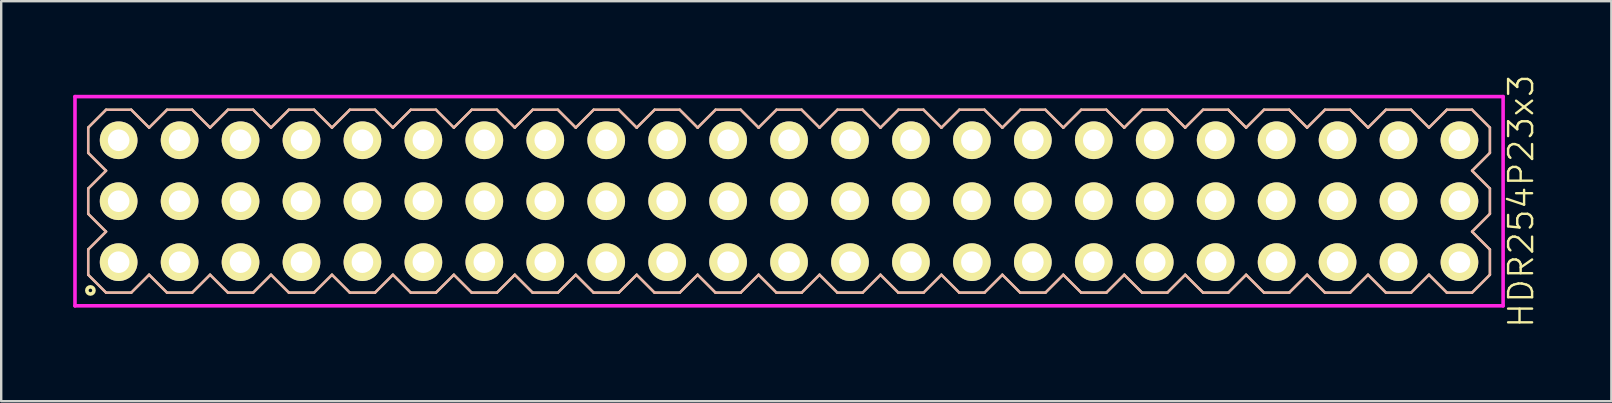
<source format=kicad_pcb>
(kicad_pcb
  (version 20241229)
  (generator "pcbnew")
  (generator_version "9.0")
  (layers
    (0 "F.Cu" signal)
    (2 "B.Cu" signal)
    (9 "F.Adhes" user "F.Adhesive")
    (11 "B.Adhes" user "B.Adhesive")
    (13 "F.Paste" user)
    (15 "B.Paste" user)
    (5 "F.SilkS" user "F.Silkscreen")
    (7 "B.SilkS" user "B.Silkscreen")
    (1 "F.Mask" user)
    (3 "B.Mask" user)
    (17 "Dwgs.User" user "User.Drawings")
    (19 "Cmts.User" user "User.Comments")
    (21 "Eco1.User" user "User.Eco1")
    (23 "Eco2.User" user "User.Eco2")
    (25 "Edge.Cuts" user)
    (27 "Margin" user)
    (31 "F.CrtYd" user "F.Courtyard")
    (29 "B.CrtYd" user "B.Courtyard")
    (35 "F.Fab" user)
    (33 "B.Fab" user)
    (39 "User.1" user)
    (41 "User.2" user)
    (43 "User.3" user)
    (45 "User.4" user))
  (footprint "HDR254P23x3"
    (layer "F.Cu")
    (at 29.835 5.336)
    (property "Reference" "HDR254P23x3" (at 30.51 0 90) (layer "F.SilkS") (effects (font (size 1 1) (thickness 0.1))))
    (attr through_hole)
    (fp_line (start -29.21 -3.066) (end -28.466 -3.81) (stroke (width 0.1) (type solid)) (layer "F.SilkS"))
    (fp_line (start -29.21 -2.014) (end -29.21 -3.066) (stroke (width 0.1) (type solid)) (layer "F.SilkS"))
    (fp_line (start -29.21 -0.526) (end -28.466 -1.27) (stroke (width 0.1) (type solid)) (layer "F.SilkS"))
    (fp_line (start -29.21 0.526) (end -29.21 -0.526) (stroke (width 0.1) (type solid)) (layer "F.SilkS"))
    (fp_line (start -29.21 2.014) (end -28.466 1.27) (stroke (width 0.1) (type solid)) (layer "F.SilkS"))
    (fp_line (start -29.21 3.066) (end -29.21 2.014) (stroke (width 0.1) (type solid)) (layer "F.SilkS"))
    (fp_line (start -28.466 -3.81) (end -27.414 -3.81) (stroke (width 0.1) (type solid)) (layer "F.SilkS"))
    (fp_line (start -28.466 -1.27) (end -29.21 -2.014) (stroke (width 0.1) (type solid)) (layer "F.SilkS"))
    (fp_line (start -28.466 1.27) (end -29.21 0.526) (stroke (width 0.1) (type solid)) (layer "F.SilkS"))
    (fp_line (start -28.466 3.81) (end -29.21 3.066) (stroke (width 0.1) (type solid)) (layer "F.SilkS"))
    (fp_line (start -27.414 -3.81) (end -26.67 -3.066) (stroke (width 0.1) (type solid)) (layer "F.SilkS"))
    (fp_line (start -27.414 3.81) (end -28.466 3.81) (stroke (width 0.1) (type solid)) (layer "F.SilkS"))
    (fp_line (start -26.67 -3.066) (end -25.926 -3.81) (stroke (width 0.1) (type solid)) (layer "F.SilkS"))
    (fp_line (start -26.67 3.066) (end -27.414 3.81) (stroke (width 0.1) (type solid)) (layer "F.SilkS"))
    (fp_line (start -25.926 -3.81) (end -24.874 -3.81) (stroke (width 0.1) (type solid)) (layer "F.SilkS"))
    (fp_line (start -25.926 3.81) (end -26.67 3.066) (stroke (width 0.1) (type solid)) (layer "F.SilkS"))
    (fp_line (start -24.874 -3.81) (end -24.13 -3.066) (stroke (width 0.1) (type solid)) (layer "F.SilkS"))
    (fp_line (start -24.874 3.81) (end -25.926 3.81) (stroke (width 0.1) (type solid)) (layer "F.SilkS"))
    (fp_line (start -24.13 -3.066) (end -23.386 -3.81) (stroke (width 0.1) (type solid)) (layer "F.SilkS"))
    (fp_line (start -24.13 3.066) (end -24.874 3.81) (stroke (width 0.1) (type solid)) (layer "F.SilkS"))
    (fp_line (start -23.386 -3.81) (end -22.334 -3.81) (stroke (width 0.1) (type solid)) (layer "F.SilkS"))
    (fp_line (start -23.386 3.81) (end -24.13 3.066) (stroke (width 0.1) (type solid)) (layer "F.SilkS"))
    (fp_line (start -22.334 -3.81) (end -21.59 -3.066) (stroke (width 0.1) (type solid)) (layer "F.SilkS"))
    (fp_line (start -22.334 3.81) (end -23.386 3.81) (stroke (width 0.1) (type solid)) (layer "F.SilkS"))
    (fp_line (start -21.59 -3.066) (end -20.846 -3.81) (stroke (width 0.1) (type solid)) (layer "F.SilkS"))
    (fp_line (start -21.59 3.066) (end -22.334 3.81) (stroke (width 0.1) (type solid)) (layer "F.SilkS"))
    (fp_line (start -20.846 -3.81) (end -19.794 -3.81) (stroke (width 0.1) (type solid)) (layer "F.SilkS"))
    (fp_line (start -20.846 3.81) (end -21.59 3.066) (stroke (width 0.1) (type solid)) (layer "F.SilkS"))
    (fp_line (start -19.794 -3.81) (end -19.05 -3.066) (stroke (width 0.1) (type solid)) (layer "F.SilkS"))
    (fp_line (start -19.794 3.81) (end -20.846 3.81) (stroke (width 0.1) (type solid)) (layer "F.SilkS"))
    (fp_line (start -19.05 -3.066) (end -18.306 -3.81) (stroke (width 0.1) (type solid)) (layer "F.SilkS"))
    (fp_line (start -19.05 3.066) (end -19.794 3.81) (stroke (width 0.1) (type solid)) (layer "F.SilkS"))
    (fp_line (start -18.306 -3.81) (end -17.254 -3.81) (stroke (width 0.1) (type solid)) (layer "F.SilkS"))
    (fp_line (start -18.306 3.81) (end -19.05 3.066) (stroke (width 0.1) (type solid)) (layer "F.SilkS"))
    (fp_line (start -17.254 -3.81) (end -16.51 -3.066) (stroke (width 0.1) (type solid)) (layer "F.SilkS"))
    (fp_line (start -17.254 3.81) (end -18.306 3.81) (stroke (width 0.1) (type solid)) (layer "F.SilkS"))
    (fp_line (start -16.51 -3.066) (end -15.766 -3.81) (stroke (width 0.1) (type solid)) (layer "F.SilkS"))
    (fp_line (start -16.51 3.066) (end -17.254 3.81) (stroke (width 0.1) (type solid)) (layer "F.SilkS"))
    (fp_line (start -15.766 -3.81) (end -14.714 -3.81) (stroke (width 0.1) (type solid)) (layer "F.SilkS"))
    (fp_line (start -15.766 3.81) (end -16.51 3.066) (stroke (width 0.1) (type solid)) (layer "F.SilkS"))
    (fp_line (start -14.714 -3.81) (end -13.97 -3.066) (stroke (width 0.1) (type solid)) (layer "F.SilkS"))
    (fp_line (start -14.714 3.81) (end -15.766 3.81) (stroke (width 0.1) (type solid)) (layer "F.SilkS"))
    (fp_line (start -13.97 -3.066) (end -13.226 -3.81) (stroke (width 0.1) (type solid)) (layer "F.SilkS"))
    (fp_line (start -13.97 3.066) (end -14.714 3.81) (stroke (width 0.1) (type solid)) (layer "F.SilkS"))
    (fp_line (start -13.226 -3.81) (end -12.174 -3.81) (stroke (width 0.1) (type solid)) (layer "F.SilkS"))
    (fp_line (start -13.226 3.81) (end -13.97 3.066) (stroke (width 0.1) (type solid)) (layer "F.SilkS"))
    (fp_line (start -12.174 -3.81) (end -11.43 -3.066) (stroke (width 0.1) (type solid)) (layer "F.SilkS"))
    (fp_line (start -12.174 3.81) (end -13.226 3.81) (stroke (width 0.1) (type solid)) (layer "F.SilkS"))
    (fp_line (start -11.43 -3.066) (end -10.686 -3.81) (stroke (width 0.1) (type solid)) (layer "F.SilkS"))
    (fp_line (start -11.43 3.066) (end -12.174 3.81) (stroke (width 0.1) (type solid)) (layer "F.SilkS"))
    (fp_line (start -10.686 -3.81) (end -9.634 -3.81) (stroke (width 0.1) (type solid)) (layer "F.SilkS"))
    (fp_line (start -10.686 3.81) (end -11.43 3.066) (stroke (width 0.1) (type solid)) (layer "F.SilkS"))
    (fp_line (start -9.634 -3.81) (end -8.89 -3.066) (stroke (width 0.1) (type solid)) (layer "F.SilkS"))
    (fp_line (start -9.634 3.81) (end -10.686 3.81) (stroke (width 0.1) (type solid)) (layer "F.SilkS"))
    (fp_line (start -8.89 -3.066) (end -8.146 -3.81) (stroke (width 0.1) (type solid)) (layer "F.SilkS"))
    (fp_line (start -8.89 3.066) (end -9.634 3.81) (stroke (width 0.1) (type solid)) (layer "F.SilkS"))
    (fp_line (start -8.146 -3.81) (end -7.094 -3.81) (stroke (width 0.1) (type solid)) (layer "F.SilkS"))
    (fp_line (start -8.146 3.81) (end -8.89 3.066) (stroke (width 0.1) (type solid)) (layer "F.SilkS"))
    (fp_line (start -7.094 -3.81) (end -6.35 -3.066) (stroke (width 0.1) (type solid)) (layer "F.SilkS"))
    (fp_line (start -7.094 3.81) (end -8.146 3.81) (stroke (width 0.1) (type solid)) (layer "F.SilkS"))
    (fp_line (start -6.35 -3.066) (end -5.606 -3.81) (stroke (width 0.1) (type solid)) (layer "F.SilkS"))
    (fp_line (start -6.35 3.066) (end -7.094 3.81) (stroke (width 0.1) (type solid)) (layer "F.SilkS"))
    (fp_line (start -5.606 -3.81) (end -4.554 -3.81) (stroke (width 0.1) (type solid)) (layer "F.SilkS"))
    (fp_line (start -5.606 3.81) (end -6.35 3.066) (stroke (width 0.1) (type solid)) (layer "F.SilkS"))
    (fp_line (start -4.554 -3.81) (end -3.81 -3.066) (stroke (width 0.1) (type solid)) (layer "F.SilkS"))
    (fp_line (start -4.554 3.81) (end -5.606 3.81) (stroke (width 0.1) (type solid)) (layer "F.SilkS"))
    (fp_line (start -3.81 -3.066) (end -3.066 -3.81) (stroke (width 0.1) (type solid)) (layer "F.SilkS"))
    (fp_line (start -3.81 3.066) (end -4.554 3.81) (stroke (width 0.1) (type solid)) (layer "F.SilkS"))
    (fp_line (start -3.066 -3.81) (end -2.014 -3.81) (stroke (width 0.1) (type solid)) (layer "F.SilkS"))
    (fp_line (start -3.066 3.81) (end -3.81 3.066) (stroke (width 0.1) (type solid)) (layer "F.SilkS"))
    (fp_line (start -2.014 -3.81) (end -1.27 -3.066) (stroke (width 0.1) (type solid)) (layer "F.SilkS"))
    (fp_line (start -2.014 3.81) (end -3.066 3.81) (stroke (width 0.1) (type solid)) (layer "F.SilkS"))
    (fp_line (start -1.27 -3.066) (end -0.526 -3.81) (stroke (width 0.1) (type solid)) (layer "F.SilkS"))
    (fp_line (start -1.27 3.066) (end -2.014 3.81) (stroke (width 0.1) (type solid)) (layer "F.SilkS"))
    (fp_line (start -0.526 -3.81) (end 0.526 -3.81) (stroke (width 0.1) (type solid)) (layer "F.SilkS"))
    (fp_line (start -0.526 3.81) (end -1.27 3.066) (stroke (width 0.1) (type solid)) (layer "F.SilkS"))
    (fp_line (start 0.526 -3.81) (end 1.27 -3.066) (stroke (width 0.1) (type solid)) (layer "F.SilkS"))
    (fp_line (start 0.526 3.81) (end -0.526 3.81) (stroke (width 0.1) (type solid)) (layer "F.SilkS"))
    (fp_line (start 1.27 -3.066) (end 2.014 -3.81) (stroke (width 0.1) (type solid)) (layer "F.SilkS"))
    (fp_line (start 1.27 3.066) (end 0.526 3.81) (stroke (width 0.1) (type solid)) (layer "F.SilkS"))
    (fp_line (start 2.014 -3.81) (end 3.066 -3.81) (stroke (width 0.1) (type solid)) (layer "F.SilkS"))
    (fp_line (start 2.014 3.81) (end 1.27 3.066) (stroke (width 0.1) (type solid)) (layer "F.SilkS"))
    (fp_line (start 3.066 -3.81) (end 3.81 -3.066) (stroke (width 0.1) (type solid)) (layer "F.SilkS"))
    (fp_line (start 3.066 3.81) (end 2.014 3.81) (stroke (width 0.1) (type solid)) (layer "F.SilkS"))
    (fp_line (start 3.81 -3.066) (end 4.554 -3.81) (stroke (width 0.1) (type solid)) (layer "F.SilkS"))
    (fp_line (start 3.81 3.066) (end 3.066 3.81) (stroke (width 0.1) (type solid)) (layer "F.SilkS"))
    (fp_line (start 4.554 -3.81) (end 5.606 -3.81) (stroke (width 0.1) (type solid)) (layer "F.SilkS"))
    (fp_line (start 4.554 3.81) (end 3.81 3.066) (stroke (width 0.1) (type solid)) (layer "F.SilkS"))
    (fp_line (start 5.606 -3.81) (end 6.35 -3.066) (stroke (width 0.1) (type solid)) (layer "F.SilkS"))
    (fp_line (start 5.606 3.81) (end 4.554 3.81) (stroke (width 0.1) (type solid)) (layer "F.SilkS"))
    (fp_line (start 6.35 -3.066) (end 7.094 -3.81) (stroke (width 0.1) (type solid)) (layer "F.SilkS"))
    (fp_line (start 6.35 3.066) (end 5.606 3.81) (stroke (width 0.1) (type solid)) (layer "F.SilkS"))
    (fp_line (start 7.094 -3.81) (end 8.146 -3.81) (stroke (width 0.1) (type solid)) (layer "F.SilkS"))
    (fp_line (start 7.094 3.81) (end 6.35 3.066) (stroke (width 0.1) (type solid)) (layer "F.SilkS"))
    (fp_line (start 8.146 -3.81) (end 8.89 -3.066) (stroke (width 0.1) (type solid)) (layer "F.SilkS"))
    (fp_line (start 8.146 3.81) (end 7.094 3.81) (stroke (width 0.1) (type solid)) (layer "F.SilkS"))
    (fp_line (start 8.89 -3.066) (end 9.634 -3.81) (stroke (width 0.1) (type solid)) (layer "F.SilkS"))
    (fp_line (start 8.89 3.066) (end 8.146 3.81) (stroke (width 0.1) (type solid)) (layer "F.SilkS"))
    (fp_line (start 9.634 -3.81) (end 10.686 -3.81) (stroke (width 0.1) (type solid)) (layer "F.SilkS"))
    (fp_line (start 9.634 3.81) (end 8.89 3.066) (stroke (width 0.1) (type solid)) (layer "F.SilkS"))
    (fp_line (start 10.686 -3.81) (end 11.43 -3.066) (stroke (width 0.1) (type solid)) (layer "F.SilkS"))
    (fp_line (start 10.686 3.81) (end 9.634 3.81) (stroke (width 0.1) (type solid)) (layer "F.SilkS"))
    (fp_line (start 11.43 -3.066) (end 12.174 -3.81) (stroke (width 0.1) (type solid)) (layer "F.SilkS"))
    (fp_line (start 11.43 3.066) (end 10.686 3.81) (stroke (width 0.1) (type solid)) (layer "F.SilkS"))
    (fp_line (start 12.174 -3.81) (end 13.226 -3.81) (stroke (width 0.1) (type solid)) (layer "F.SilkS"))
    (fp_line (start 12.174 3.81) (end 11.43 3.066) (stroke (width 0.1) (type solid)) (layer "F.SilkS"))
    (fp_line (start 13.226 -3.81) (end 13.97 -3.066) (stroke (width 0.1) (type solid)) (layer "F.SilkS"))
    (fp_line (start 13.226 3.81) (end 12.174 3.81) (stroke (width 0.1) (type solid)) (layer "F.SilkS"))
    (fp_line (start 13.97 -3.066) (end 14.714 -3.81) (stroke (width 0.1) (type solid)) (layer "F.SilkS"))
    (fp_line (start 13.97 3.066) (end 13.226 3.81) (stroke (width 0.1) (type solid)) (layer "F.SilkS"))
    (fp_line (start 14.714 -3.81) (end 15.766 -3.81) (stroke (width 0.1) (type solid)) (layer "F.SilkS"))
    (fp_line (start 14.714 3.81) (end 13.97 3.066) (stroke (width 0.1) (type solid)) (layer "F.SilkS"))
    (fp_line (start 15.766 -3.81) (end 16.51 -3.066) (stroke (width 0.1) (type solid)) (layer "F.SilkS"))
    (fp_line (start 15.766 3.81) (end 14.714 3.81) (stroke (width 0.1) (type solid)) (layer "F.SilkS"))
    (fp_line (start 16.51 -3.066) (end 17.254 -3.81) (stroke (width 0.1) (type solid)) (layer "F.SilkS"))
    (fp_line (start 16.51 3.066) (end 15.766 3.81) (stroke (width 0.1) (type solid)) (layer "F.SilkS"))
    (fp_line (start 17.254 -3.81) (end 18.306 -3.81) (stroke (width 0.1) (type solid)) (layer "F.SilkS"))
    (fp_line (start 17.254 3.81) (end 16.51 3.066) (stroke (width 0.1) (type solid)) (layer "F.SilkS"))
    (fp_line (start 18.306 -3.81) (end 19.05 -3.066) (stroke (width 0.1) (type solid)) (layer "F.SilkS"))
    (fp_line (start 18.306 3.81) (end 17.254 3.81) (stroke (width 0.1) (type solid)) (layer "F.SilkS"))
    (fp_line (start 19.05 -3.066) (end 19.794 -3.81) (stroke (width 0.1) (type solid)) (layer "F.SilkS"))
    (fp_line (start 19.05 3.066) (end 18.306 3.81) (stroke (width 0.1) (type solid)) (layer "F.SilkS"))
    (fp_line (start 19.794 -3.81) (end 20.846 -3.81) (stroke (width 0.1) (type solid)) (layer "F.SilkS"))
    (fp_line (start 19.794 3.81) (end 19.05 3.066) (stroke (width 0.1) (type solid)) (layer "F.SilkS"))
    (fp_line (start 20.846 -3.81) (end 21.59 -3.066) (stroke (width 0.1) (type solid)) (layer "F.SilkS"))
    (fp_line (start 20.846 3.81) (end 19.794 3.81) (stroke (width 0.1) (type solid)) (layer "F.SilkS"))
    (fp_line (start 21.59 -3.066) (end 22.334 -3.81) (stroke (width 0.1) (type solid)) (layer "F.SilkS"))
    (fp_line (start 21.59 3.066) (end 20.846 3.81) (stroke (width 0.1) (type solid)) (layer "F.SilkS"))
    (fp_line (start 22.334 -3.81) (end 23.386 -3.81) (stroke (width 0.1) (type solid)) (layer "F.SilkS"))
    (fp_line (start 22.334 3.81) (end 21.59 3.066) (stroke (width 0.1) (type solid)) (layer "F.SilkS"))
    (fp_line (start 23.386 -3.81) (end 24.13 -3.066) (stroke (width 0.1) (type solid)) (layer "F.SilkS"))
    (fp_line (start 23.386 3.81) (end 22.334 3.81) (stroke (width 0.1) (type solid)) (layer "F.SilkS"))
    (fp_line (start 24.13 -3.066) (end 24.874 -3.81) (stroke (width 0.1) (type solid)) (layer "F.SilkS"))
    (fp_line (start 24.13 3.066) (end 23.386 3.81) (stroke (width 0.1) (type solid)) (layer "F.SilkS"))
    (fp_line (start 24.874 -3.81) (end 25.926 -3.81) (stroke (width 0.1) (type solid)) (layer "F.SilkS"))
    (fp_line (start 24.874 3.81) (end 24.13 3.066) (stroke (width 0.1) (type solid)) (layer "F.SilkS"))
    (fp_line (start 25.926 -3.81) (end 26.67 -3.066) (stroke (width 0.1) (type solid)) (layer "F.SilkS"))
    (fp_line (start 25.926 3.81) (end 24.874 3.81) (stroke (width 0.1) (type solid)) (layer "F.SilkS"))
    (fp_line (start 26.67 -3.066) (end 27.414 -3.81) (stroke (width 0.1) (type solid)) (layer "F.SilkS"))
    (fp_line (start 26.67 3.066) (end 25.926 3.81) (stroke (width 0.1) (type solid)) (layer "F.SilkS"))
    (fp_line (start 27.414 -3.81) (end 28.466 -3.81) (stroke (width 0.1) (type solid)) (layer "F.SilkS"))
    (fp_line (start 27.414 3.81) (end 26.67 3.066) (stroke (width 0.1) (type solid)) (layer "F.SilkS"))
    (fp_line (start 28.466 -3.81) (end 29.21 -3.066) (stroke (width 0.1) (type solid)) (layer "F.SilkS"))
    (fp_line (start 28.466 -1.27) (end 29.21 -0.526) (stroke (width 0.1) (type solid)) (layer "F.SilkS"))
    (fp_line (start 28.466 1.27) (end 29.21 2.014) (stroke (width 0.1) (type solid)) (layer "F.SilkS"))
    (fp_line (start 28.466 3.81) (end 27.414 3.81) (stroke (width 0.1) (type solid)) (layer "F.SilkS"))
    (fp_line (start 29.21 -3.066) (end 29.21 -2.014) (stroke (width 0.1) (type solid)) (layer "F.SilkS"))
    (fp_line (start 29.21 -2.014) (end 28.466 -1.27) (stroke (width 0.1) (type solid)) (layer "F.SilkS"))
    (fp_line (start 29.21 -0.526) (end 29.21 0.526) (stroke (width 0.1) (type solid)) (layer "F.SilkS"))
    (fp_line (start 29.21 0.526) (end 28.466 1.27) (stroke (width 0.1) (type solid)) (layer "F.SilkS"))
    (fp_line (start 29.21 2.014) (end 29.21 3.066) (stroke (width 0.1) (type solid)) (layer "F.SilkS"))
    (fp_line (start 29.21 3.066) (end 28.466 3.81) (stroke (width 0.1) (type solid)) (layer "F.SilkS"))
    (fp_circle (center -29.117 3.718) (end -28.968 3.718) (stroke (width 0.15) (type solid)) (fill no) (layer "F.SilkS"))
    (fp_line (start -29.21 -3.066) (end -28.466 -3.81) (stroke (width 0.1) (type solid)) (layer "B.SilkS"))
    (fp_line (start -29.21 -2.014) (end -29.21 -3.066) (stroke (width 0.1) (type solid)) (layer "B.SilkS"))
    (fp_line (start -29.21 -0.526) (end -28.466 -1.27) (stroke (width 0.1) (type solid)) (layer "B.SilkS"))
    (fp_line (start -29.21 0.526) (end -29.21 -0.526) (stroke (width 0.1) (type solid)) (layer "B.SilkS"))
    (fp_line (start -29.21 2.014) (end -28.466 1.27) (stroke (width 0.1) (type solid)) (layer "B.SilkS"))
    (fp_line (start -29.21 3.066) (end -29.21 2.014) (stroke (width 0.1) (type solid)) (layer "B.SilkS"))
    (fp_line (start -28.466 -3.81) (end -27.414 -3.81) (stroke (width 0.1) (type solid)) (layer "B.SilkS"))
    (fp_line (start -28.466 -1.27) (end -29.21 -2.014) (stroke (width 0.1) (type solid)) (layer "B.SilkS"))
    (fp_line (start -28.466 1.27) (end -29.21 0.526) (stroke (width 0.1) (type solid)) (layer "B.SilkS"))
    (fp_line (start -28.466 3.81) (end -29.21 3.066) (stroke (width 0.1) (type solid)) (layer "B.SilkS"))
    (fp_line (start -27.414 -3.81) (end -26.67 -3.066) (stroke (width 0.1) (type solid)) (layer "B.SilkS"))
    (fp_line (start -27.414 3.81) (end -28.466 3.81) (stroke (width 0.1) (type solid)) (layer "B.SilkS"))
    (fp_line (start -26.67 -3.066) (end -25.926 -3.81) (stroke (width 0.1) (type solid)) (layer "B.SilkS"))
    (fp_line (start -26.67 3.066) (end -27.414 3.81) (stroke (width 0.1) (type solid)) (layer "B.SilkS"))
    (fp_line (start -25.926 -3.81) (end -24.874 -3.81) (stroke (width 0.1) (type solid)) (layer "B.SilkS"))
    (fp_line (start -25.926 3.81) (end -26.67 3.066) (stroke (width 0.1) (type solid)) (layer "B.SilkS"))
    (fp_line (start -24.874 -3.81) (end -24.13 -3.066) (stroke (width 0.1) (type solid)) (layer "B.SilkS"))
    (fp_line (start -24.874 3.81) (end -25.926 3.81) (stroke (width 0.1) (type solid)) (layer "B.SilkS"))
    (fp_line (start -24.13 -3.066) (end -23.386 -3.81) (stroke (width 0.1) (type solid)) (layer "B.SilkS"))
    (fp_line (start -24.13 3.066) (end -24.874 3.81) (stroke (width 0.1) (type solid)) (layer "B.SilkS"))
    (fp_line (start -23.386 -3.81) (end -22.334 -3.81) (stroke (width 0.1) (type solid)) (layer "B.SilkS"))
    (fp_line (start -23.386 3.81) (end -24.13 3.066) (stroke (width 0.1) (type solid)) (layer "B.SilkS"))
    (fp_line (start -22.334 -3.81) (end -21.59 -3.066) (stroke (width 0.1) (type solid)) (layer "B.SilkS"))
    (fp_line (start -22.334 3.81) (end -23.386 3.81) (stroke (width 0.1) (type solid)) (layer "B.SilkS"))
    (fp_line (start -21.59 -3.066) (end -20.846 -3.81) (stroke (width 0.1) (type solid)) (layer "B.SilkS"))
    (fp_line (start -21.59 3.066) (end -22.334 3.81) (stroke (width 0.1) (type solid)) (layer "B.SilkS"))
    (fp_line (start -20.846 -3.81) (end -19.794 -3.81) (stroke (width 0.1) (type solid)) (layer "B.SilkS"))
    (fp_line (start -20.846 3.81) (end -21.59 3.066) (stroke (width 0.1) (type solid)) (layer "B.SilkS"))
    (fp_line (start -19.794 -3.81) (end -19.05 -3.066) (stroke (width 0.1) (type solid)) (layer "B.SilkS"))
    (fp_line (start -19.794 3.81) (end -20.846 3.81) (stroke (width 0.1) (type solid)) (layer "B.SilkS"))
    (fp_line (start -19.05 -3.066) (end -18.306 -3.81) (stroke (width 0.1) (type solid)) (layer "B.SilkS"))
    (fp_line (start -19.05 3.066) (end -19.794 3.81) (stroke (width 0.1) (type solid)) (layer "B.SilkS"))
    (fp_line (start -18.306 -3.81) (end -17.254 -3.81) (stroke (width 0.1) (type solid)) (layer "B.SilkS"))
    (fp_line (start -18.306 3.81) (end -19.05 3.066) (stroke (width 0.1) (type solid)) (layer "B.SilkS"))
    (fp_line (start -17.254 -3.81) (end -16.51 -3.066) (stroke (width 0.1) (type solid)) (layer "B.SilkS"))
    (fp_line (start -17.254 3.81) (end -18.306 3.81) (stroke (width 0.1) (type solid)) (layer "B.SilkS"))
    (fp_line (start -16.51 -3.066) (end -15.766 -3.81) (stroke (width 0.1) (type solid)) (layer "B.SilkS"))
    (fp_line (start -16.51 3.066) (end -17.254 3.81) (stroke (width 0.1) (type solid)) (layer "B.SilkS"))
    (fp_line (start -15.766 -3.81) (end -14.714 -3.81) (stroke (width 0.1) (type solid)) (layer "B.SilkS"))
    (fp_line (start -15.766 3.81) (end -16.51 3.066) (stroke (width 0.1) (type solid)) (layer "B.SilkS"))
    (fp_line (start -14.714 -3.81) (end -13.97 -3.066) (stroke (width 0.1) (type solid)) (layer "B.SilkS"))
    (fp_line (start -14.714 3.81) (end -15.766 3.81) (stroke (width 0.1) (type solid)) (layer "B.SilkS"))
    (fp_line (start -13.97 -3.066) (end -13.226 -3.81) (stroke (width 0.1) (type solid)) (layer "B.SilkS"))
    (fp_line (start -13.97 3.066) (end -14.714 3.81) (stroke (width 0.1) (type solid)) (layer "B.SilkS"))
    (fp_line (start -13.226 -3.81) (end -12.174 -3.81) (stroke (width 0.1) (type solid)) (layer "B.SilkS"))
    (fp_line (start -13.226 3.81) (end -13.97 3.066) (stroke (width 0.1) (type solid)) (layer "B.SilkS"))
    (fp_line (start -12.174 -3.81) (end -11.43 -3.066) (stroke (width 0.1) (type solid)) (layer "B.SilkS"))
    (fp_line (start -12.174 3.81) (end -13.226 3.81) (stroke (width 0.1) (type solid)) (layer "B.SilkS"))
    (fp_line (start -11.43 -3.066) (end -10.686 -3.81) (stroke (width 0.1) (type solid)) (layer "B.SilkS"))
    (fp_line (start -11.43 3.066) (end -12.174 3.81) (stroke (width 0.1) (type solid)) (layer "B.SilkS"))
    (fp_line (start -10.686 -3.81) (end -9.634 -3.81) (stroke (width 0.1) (type solid)) (layer "B.SilkS"))
    (fp_line (start -10.686 3.81) (end -11.43 3.066) (stroke (width 0.1) (type solid)) (layer "B.SilkS"))
    (fp_line (start -9.634 -3.81) (end -8.89 -3.066) (stroke (width 0.1) (type solid)) (layer "B.SilkS"))
    (fp_line (start -9.634 3.81) (end -10.686 3.81) (stroke (width 0.1) (type solid)) (layer "B.SilkS"))
    (fp_line (start -8.89 -3.066) (end -8.146 -3.81) (stroke (width 0.1) (type solid)) (layer "B.SilkS"))
    (fp_line (start -8.89 3.066) (end -9.634 3.81) (stroke (width 0.1) (type solid)) (layer "B.SilkS"))
    (fp_line (start -8.146 -3.81) (end -7.094 -3.81) (stroke (width 0.1) (type solid)) (layer "B.SilkS"))
    (fp_line (start -8.146 3.81) (end -8.89 3.066) (stroke (width 0.1) (type solid)) (layer "B.SilkS"))
    (fp_line (start -7.094 -3.81) (end -6.35 -3.066) (stroke (width 0.1) (type solid)) (layer "B.SilkS"))
    (fp_line (start -7.094 3.81) (end -8.146 3.81) (stroke (width 0.1) (type solid)) (layer "B.SilkS"))
    (fp_line (start -6.35 -3.066) (end -5.606 -3.81) (stroke (width 0.1) (type solid)) (layer "B.SilkS"))
    (fp_line (start -6.35 3.066) (end -7.094 3.81) (stroke (width 0.1) (type solid)) (layer "B.SilkS"))
    (fp_line (start -5.606 -3.81) (end -4.554 -3.81) (stroke (width 0.1) (type solid)) (layer "B.SilkS"))
    (fp_line (start -5.606 3.81) (end -6.35 3.066) (stroke (width 0.1) (type solid)) (layer "B.SilkS"))
    (fp_line (start -4.554 -3.81) (end -3.81 -3.066) (stroke (width 0.1) (type solid)) (layer "B.SilkS"))
    (fp_line (start -4.554 3.81) (end -5.606 3.81) (stroke (width 0.1) (type solid)) (layer "B.SilkS"))
    (fp_line (start -3.81 -3.066) (end -3.066 -3.81) (stroke (width 0.1) (type solid)) (layer "B.SilkS"))
    (fp_line (start -3.81 3.066) (end -4.554 3.81) (stroke (width 0.1) (type solid)) (layer "B.SilkS"))
    (fp_line (start -3.066 -3.81) (end -2.014 -3.81) (stroke (width 0.1) (type solid)) (layer "B.SilkS"))
    (fp_line (start -3.066 3.81) (end -3.81 3.066) (stroke (width 0.1) (type solid)) (layer "B.SilkS"))
    (fp_line (start -2.014 -3.81) (end -1.27 -3.066) (stroke (width 0.1) (type solid)) (layer "B.SilkS"))
    (fp_line (start -2.014 3.81) (end -3.066 3.81) (stroke (width 0.1) (type solid)) (layer "B.SilkS"))
    (fp_line (start -1.27 -3.066) (end -0.526 -3.81) (stroke (width 0.1) (type solid)) (layer "B.SilkS"))
    (fp_line (start -1.27 3.066) (end -2.014 3.81) (stroke (width 0.1) (type solid)) (layer "B.SilkS"))
    (fp_line (start -0.526 -3.81) (end 0.526 -3.81) (stroke (width 0.1) (type solid)) (layer "B.SilkS"))
    (fp_line (start -0.526 3.81) (end -1.27 3.066) (stroke (width 0.1) (type solid)) (layer "B.SilkS"))
    (fp_line (start 0.526 -3.81) (end 1.27 -3.066) (stroke (width 0.1) (type solid)) (layer "B.SilkS"))
    (fp_line (start 0.526 3.81) (end -0.526 3.81) (stroke (width 0.1) (type solid)) (layer "B.SilkS"))
    (fp_line (start 1.27 -3.066) (end 2.014 -3.81) (stroke (width 0.1) (type solid)) (layer "B.SilkS"))
    (fp_line (start 1.27 3.066) (end 0.526 3.81) (stroke (width 0.1) (type solid)) (layer "B.SilkS"))
    (fp_line (start 2.014 -3.81) (end 3.066 -3.81) (stroke (width 0.1) (type solid)) (layer "B.SilkS"))
    (fp_line (start 2.014 3.81) (end 1.27 3.066) (stroke (width 0.1) (type solid)) (layer "B.SilkS"))
    (fp_line (start 3.066 -3.81) (end 3.81 -3.066) (stroke (width 0.1) (type solid)) (layer "B.SilkS"))
    (fp_line (start 3.066 3.81) (end 2.014 3.81) (stroke (width 0.1) (type solid)) (layer "B.SilkS"))
    (fp_line (start 3.81 -3.066) (end 4.554 -3.81) (stroke (width 0.1) (type solid)) (layer "B.SilkS"))
    (fp_line (start 3.81 3.066) (end 3.066 3.81) (stroke (width 0.1) (type solid)) (layer "B.SilkS"))
    (fp_line (start 4.554 -3.81) (end 5.606 -3.81) (stroke (width 0.1) (type solid)) (layer "B.SilkS"))
    (fp_line (start 4.554 3.81) (end 3.81 3.066) (stroke (width 0.1) (type solid)) (layer "B.SilkS"))
    (fp_line (start 5.606 -3.81) (end 6.35 -3.066) (stroke (width 0.1) (type solid)) (layer "B.SilkS"))
    (fp_line (start 5.606 3.81) (end 4.554 3.81) (stroke (width 0.1) (type solid)) (layer "B.SilkS"))
    (fp_line (start 6.35 -3.066) (end 7.094 -3.81) (stroke (width 0.1) (type solid)) (layer "B.SilkS"))
    (fp_line (start 6.35 3.066) (end 5.606 3.81) (stroke (width 0.1) (type solid)) (layer "B.SilkS"))
    (fp_line (start 7.094 -3.81) (end 8.146 -3.81) (stroke (width 0.1) (type solid)) (layer "B.SilkS"))
    (fp_line (start 7.094 3.81) (end 6.35 3.066) (stroke (width 0.1) (type solid)) (layer "B.SilkS"))
    (fp_line (start 8.146 -3.81) (end 8.89 -3.066) (stroke (width 0.1) (type solid)) (layer "B.SilkS"))
    (fp_line (start 8.146 3.81) (end 7.094 3.81) (stroke (width 0.1) (type solid)) (layer "B.SilkS"))
    (fp_line (start 8.89 -3.066) (end 9.634 -3.81) (stroke (width 0.1) (type solid)) (layer "B.SilkS"))
    (fp_line (start 8.89 3.066) (end 8.146 3.81) (stroke (width 0.1) (type solid)) (layer "B.SilkS"))
    (fp_line (start 9.634 -3.81) (end 10.686 -3.81) (stroke (width 0.1) (type solid)) (layer "B.SilkS"))
    (fp_line (start 9.634 3.81) (end 8.89 3.066) (stroke (width 0.1) (type solid)) (layer "B.SilkS"))
    (fp_line (start 10.686 -3.81) (end 11.43 -3.066) (stroke (width 0.1) (type solid)) (layer "B.SilkS"))
    (fp_line (start 10.686 3.81) (end 9.634 3.81) (stroke (width 0.1) (type solid)) (layer "B.SilkS"))
    (fp_line (start 11.43 -3.066) (end 12.174 -3.81) (stroke (width 0.1) (type solid)) (layer "B.SilkS"))
    (fp_line (start 11.43 3.066) (end 10.686 3.81) (stroke (width 0.1) (type solid)) (layer "B.SilkS"))
    (fp_line (start 12.174 -3.81) (end 13.226 -3.81) (stroke (width 0.1) (type solid)) (layer "B.SilkS"))
    (fp_line (start 12.174 3.81) (end 11.43 3.066) (stroke (width 0.1) (type solid)) (layer "B.SilkS"))
    (fp_line (start 13.226 -3.81) (end 13.97 -3.066) (stroke (width 0.1) (type solid)) (layer "B.SilkS"))
    (fp_line (start 13.226 3.81) (end 12.174 3.81) (stroke (width 0.1) (type solid)) (layer "B.SilkS"))
    (fp_line (start 13.97 -3.066) (end 14.714 -3.81) (stroke (width 0.1) (type solid)) (layer "B.SilkS"))
    (fp_line (start 13.97 3.066) (end 13.226 3.81) (stroke (width 0.1) (type solid)) (layer "B.SilkS"))
    (fp_line (start 14.714 -3.81) (end 15.766 -3.81) (stroke (width 0.1) (type solid)) (layer "B.SilkS"))
    (fp_line (start 14.714 3.81) (end 13.97 3.066) (stroke (width 0.1) (type solid)) (layer "B.SilkS"))
    (fp_line (start 15.766 -3.81) (end 16.51 -3.066) (stroke (width 0.1) (type solid)) (layer "B.SilkS"))
    (fp_line (start 15.766 3.81) (end 14.714 3.81) (stroke (width 0.1) (type solid)) (layer "B.SilkS"))
    (fp_line (start 16.51 -3.066) (end 17.254 -3.81) (stroke (width 0.1) (type solid)) (layer "B.SilkS"))
    (fp_line (start 16.51 3.066) (end 15.766 3.81) (stroke (width 0.1) (type solid)) (layer "B.SilkS"))
    (fp_line (start 17.254 -3.81) (end 18.306 -3.81) (stroke (width 0.1) (type solid)) (layer "B.SilkS"))
    (fp_line (start 17.254 3.81) (end 16.51 3.066) (stroke (width 0.1) (type solid)) (layer "B.SilkS"))
    (fp_line (start 18.306 -3.81) (end 19.05 -3.066) (stroke (width 0.1) (type solid)) (layer "B.SilkS"))
    (fp_line (start 18.306 3.81) (end 17.254 3.81) (stroke (width 0.1) (type solid)) (layer "B.SilkS"))
    (fp_line (start 19.05 -3.066) (end 19.794 -3.81) (stroke (width 0.1) (type solid)) (layer "B.SilkS"))
    (fp_line (start 19.05 3.066) (end 18.306 3.81) (stroke (width 0.1) (type solid)) (layer "B.SilkS"))
    (fp_line (start 19.794 -3.81) (end 20.846 -3.81) (stroke (width 0.1) (type solid)) (layer "B.SilkS"))
    (fp_line (start 19.794 3.81) (end 19.05 3.066) (stroke (width 0.1) (type solid)) (layer "B.SilkS"))
    (fp_line (start 20.846 -3.81) (end 21.59 -3.066) (stroke (width 0.1) (type solid)) (layer "B.SilkS"))
    (fp_line (start 20.846 3.81) (end 19.794 3.81) (stroke (width 0.1) (type solid)) (layer "B.SilkS"))
    (fp_line (start 21.59 -3.066) (end 22.334 -3.81) (stroke (width 0.1) (type solid)) (layer "B.SilkS"))
    (fp_line (start 21.59 3.066) (end 20.846 3.81) (stroke (width 0.1) (type solid)) (layer "B.SilkS"))
    (fp_line (start 22.334 -3.81) (end 23.386 -3.81) (stroke (width 0.1) (type solid)) (layer "B.SilkS"))
    (fp_line (start 22.334 3.81) (end 21.59 3.066) (stroke (width 0.1) (type solid)) (layer "B.SilkS"))
    (fp_line (start 23.386 -3.81) (end 24.13 -3.066) (stroke (width 0.1) (type solid)) (layer "B.SilkS"))
    (fp_line (start 23.386 3.81) (end 22.334 3.81) (stroke (width 0.1) (type solid)) (layer "B.SilkS"))
    (fp_line (start 24.13 -3.066) (end 24.874 -3.81) (stroke (width 0.1) (type solid)) (layer "B.SilkS"))
    (fp_line (start 24.13 3.066) (end 23.386 3.81) (stroke (width 0.1) (type solid)) (layer "B.SilkS"))
    (fp_line (start 24.874 -3.81) (end 25.926 -3.81) (stroke (width 0.1) (type solid)) (layer "B.SilkS"))
    (fp_line (start 24.874 3.81) (end 24.13 3.066) (stroke (width 0.1) (type solid)) (layer "B.SilkS"))
    (fp_line (start 25.926 -3.81) (end 26.67 -3.066) (stroke (width 0.1) (type solid)) (layer "B.SilkS"))
    (fp_line (start 25.926 3.81) (end 24.874 3.81) (stroke (width 0.1) (type solid)) (layer "B.SilkS"))
    (fp_line (start 26.67 -3.066) (end 27.414 -3.81) (stroke (width 0.1) (type solid)) (layer "B.SilkS"))
    (fp_line (start 26.67 3.066) (end 25.926 3.81) (stroke (width 0.1) (type solid)) (layer "B.SilkS"))
    (fp_line (start 27.414 -3.81) (end 28.466 -3.81) (stroke (width 0.1) (type solid)) (layer "B.SilkS"))
    (fp_line (start 27.414 3.81) (end 26.67 3.066) (stroke (width 0.1) (type solid)) (layer "B.SilkS"))
    (fp_line (start 28.466 -3.81) (end 29.21 -3.066) (stroke (width 0.1) (type solid)) (layer "B.SilkS"))
    (fp_line (start 28.466 -1.27) (end 29.21 -0.526) (stroke (width 0.1) (type solid)) (layer "B.SilkS"))
    (fp_line (start 28.466 1.27) (end 29.21 2.014) (stroke (width 0.1) (type solid)) (layer "B.SilkS"))
    (fp_line (start 28.466 3.81) (end 27.414 3.81) (stroke (width 0.1) (type solid)) (layer "B.SilkS"))
    (fp_line (start 29.21 -3.066) (end 29.21 -2.014) (stroke (width 0.1) (type solid)) (layer "B.SilkS"))
    (fp_line (start 29.21 -2.014) (end 28.466 -1.27) (stroke (width 0.1) (type solid)) (layer "B.SilkS"))
    (fp_line (start 29.21 -0.526) (end 29.21 0.526) (stroke (width 0.1) (type solid)) (layer "B.SilkS"))
    (fp_line (start 29.21 0.526) (end 28.466 1.27) (stroke (width 0.1) (type solid)) (layer "B.SilkS"))
    (fp_line (start 29.21 2.014) (end 29.21 3.066) (stroke (width 0.1) (type solid)) (layer "B.SilkS"))
    (fp_line (start 29.21 3.066) (end 28.466 3.81) (stroke (width 0.1) (type solid)) (layer "B.SilkS"))
    (fp_line (start -29.76 -4.36) (end -29.76 4.36) (stroke (width 0.15) (type solid)) (layer "F.CrtYd"))
    (fp_line (start -29.76 4.36) (end 29.76 4.36) (stroke (width 0.15) (type solid)) (layer "F.CrtYd"))
    (fp_line (start 29.76 -4.36) (end -29.76 -4.36) (stroke (width 0.15) (type solid)) (layer "F.CrtYd"))
    (fp_line (start 29.76 4.36) (end 29.76 -4.36) (stroke (width 0.15) (type solid)) (layer "F.CrtYd"))
    (pad "1" thru_hole oval (at -27.94 2.54) (size 1.57 1.57) (drill 0.9) (layers "*.Cu" "*.Mask" "F.SilkS"))
    (pad "2" thru_hole oval (at -27.94 0) (size 1.57 1.57) (drill 0.9) (layers "*.Cu" "*.Mask" "F.SilkS"))
    (pad "3" thru_hole oval (at -27.94 -2.54) (size 1.57 1.57) (drill 0.9) (layers "*.Cu" "*.Mask" "F.SilkS"))
    (pad "4" thru_hole oval (at -25.4 2.54) (size 1.57 1.57) (drill 0.9) (layers "*.Cu" "*.Mask" "F.SilkS"))
    (pad "5" thru_hole oval (at -25.4 0) (size 1.57 1.57) (drill 0.9) (layers "*.Cu" "*.Mask" "F.SilkS"))
    (pad "6" thru_hole oval (at -25.4 -2.54) (size 1.57 1.57) (drill 0.9) (layers "*.Cu" "*.Mask" "F.SilkS"))
    (pad "7" thru_hole oval (at -22.86 2.54) (size 1.57 1.57) (drill 0.9) (layers "*.Cu" "*.Mask" "F.SilkS"))
    (pad "8" thru_hole oval (at -22.86 0) (size 1.57 1.57) (drill 0.9) (layers "*.Cu" "*.Mask" "F.SilkS"))
    (pad "9" thru_hole oval (at -22.86 -2.54) (size 1.57 1.57) (drill 0.9) (layers "*.Cu" "*.Mask" "F.SilkS"))
    (pad "10" thru_hole oval (at -20.32 2.54) (size 1.57 1.57) (drill 0.9) (layers "*.Cu" "*.Mask" "F.SilkS"))
    (pad "11" thru_hole oval (at -20.32 0) (size 1.57 1.57) (drill 0.9) (layers "*.Cu" "*.Mask" "F.SilkS"))
    (pad "12" thru_hole oval (at -20.32 -2.54) (size 1.57 1.57) (drill 0.9) (layers "*.Cu" "*.Mask" "F.SilkS"))
    (pad "13" thru_hole oval (at -17.78 2.54) (size 1.57 1.57) (drill 0.9) (layers "*.Cu" "*.Mask" "F.SilkS"))
    (pad "14" thru_hole oval (at -17.78 0) (size 1.57 1.57) (drill 0.9) (layers "*.Cu" "*.Mask" "F.SilkS"))
    (pad "15" thru_hole oval (at -17.78 -2.54) (size 1.57 1.57) (drill 0.9) (layers "*.Cu" "*.Mask" "F.SilkS"))
    (pad "16" thru_hole oval (at -15.24 2.54) (size 1.57 1.57) (drill 0.9) (layers "*.Cu" "*.Mask" "F.SilkS"))
    (pad "17" thru_hole oval (at -15.24 0) (size 1.57 1.57) (drill 0.9) (layers "*.Cu" "*.Mask" "F.SilkS"))
    (pad "18" thru_hole oval (at -15.24 -2.54) (size 1.57 1.57) (drill 0.9) (layers "*.Cu" "*.Mask" "F.SilkS"))
    (pad "19" thru_hole oval (at -12.7 2.54) (size 1.57 1.57) (drill 0.9) (layers "*.Cu" "*.Mask" "F.SilkS"))
    (pad "20" thru_hole oval (at -12.7 0) (size 1.57 1.57) (drill 0.9) (layers "*.Cu" "*.Mask" "F.SilkS"))
    (pad "21" thru_hole oval (at -12.7 -2.54) (size 1.57 1.57) (drill 0.9) (layers "*.Cu" "*.Mask" "F.SilkS"))
    (pad "22" thru_hole oval (at -10.16 2.54) (size 1.57 1.57) (drill 0.9) (layers "*.Cu" "*.Mask" "F.SilkS"))
    (pad "23" thru_hole oval (at -10.16 0) (size 1.57 1.57) (drill 0.9) (layers "*.Cu" "*.Mask" "F.SilkS"))
    (pad "24" thru_hole oval (at -10.16 -2.54) (size 1.57 1.57) (drill 0.9) (layers "*.Cu" "*.Mask" "F.SilkS"))
    (pad "25" thru_hole oval (at -7.62 2.54) (size 1.57 1.57) (drill 0.9) (layers "*.Cu" "*.Mask" "F.SilkS"))
    (pad "26" thru_hole oval (at -7.62 0) (size 1.57 1.57) (drill 0.9) (layers "*.Cu" "*.Mask" "F.SilkS"))
    (pad "27" thru_hole oval (at -7.62 -2.54) (size 1.57 1.57) (drill 0.9) (layers "*.Cu" "*.Mask" "F.SilkS"))
    (pad "28" thru_hole oval (at -5.08 2.54) (size 1.57 1.57) (drill 0.9) (layers "*.Cu" "*.Mask" "F.SilkS"))
    (pad "29" thru_hole oval (at -5.08 0) (size 1.57 1.57) (drill 0.9) (layers "*.Cu" "*.Mask" "F.SilkS"))
    (pad "30" thru_hole oval (at -5.08 -2.54) (size 1.57 1.57) (drill 0.9) (layers "*.Cu" "*.Mask" "F.SilkS"))
    (pad "31" thru_hole oval (at -2.54 2.54) (size 1.57 1.57) (drill 0.9) (layers "*.Cu" "*.Mask" "F.SilkS"))
    (pad "32" thru_hole oval (at -2.54 0) (size 1.57 1.57) (drill 0.9) (layers "*.Cu" "*.Mask" "F.SilkS"))
    (pad "33" thru_hole oval (at -2.54 -2.54) (size 1.57 1.57) (drill 0.9) (layers "*.Cu" "*.Mask" "F.SilkS"))
    (pad "34" thru_hole oval (at 0 2.54) (size 1.57 1.57) (drill 0.9) (layers "*.Cu" "*.Mask" "F.SilkS"))
    (pad "35" thru_hole oval (at 0 0) (size 1.57 1.57) (drill 0.9) (layers "*.Cu" "*.Mask" "F.SilkS"))
    (pad "36" thru_hole oval (at 0 -2.54) (size 1.57 1.57) (drill 0.9) (layers "*.Cu" "*.Mask" "F.SilkS"))
    (pad "37" thru_hole oval (at 2.54 2.54) (size 1.57 1.57) (drill 0.9) (layers "*.Cu" "*.Mask" "F.SilkS"))
    (pad "38" thru_hole oval (at 2.54 0) (size 1.57 1.57) (drill 0.9) (layers "*.Cu" "*.Mask" "F.SilkS"))
    (pad "39" thru_hole oval (at 2.54 -2.54) (size 1.57 1.57) (drill 0.9) (layers "*.Cu" "*.Mask" "F.SilkS"))
    (pad "40" thru_hole oval (at 5.08 2.54) (size 1.57 1.57) (drill 0.9) (layers "*.Cu" "*.Mask" "F.SilkS"))
    (pad "41" thru_hole oval (at 5.08 0) (size 1.57 1.57) (drill 0.9) (layers "*.Cu" "*.Mask" "F.SilkS"))
    (pad "42" thru_hole oval (at 5.08 -2.54) (size 1.57 1.57) (drill 0.9) (layers "*.Cu" "*.Mask" "F.SilkS"))
    (pad "43" thru_hole oval (at 7.62 2.54) (size 1.57 1.57) (drill 0.9) (layers "*.Cu" "*.Mask" "F.SilkS"))
    (pad "44" thru_hole oval (at 7.62 0) (size 1.57 1.57) (drill 0.9) (layers "*.Cu" "*.Mask" "F.SilkS"))
    (pad "45" thru_hole oval (at 7.62 -2.54) (size 1.57 1.57) (drill 0.9) (layers "*.Cu" "*.Mask" "F.SilkS"))
    (pad "46" thru_hole oval (at 10.16 2.54) (size 1.57 1.57) (drill 0.9) (layers "*.Cu" "*.Mask" "F.SilkS"))
    (pad "47" thru_hole oval (at 10.16 0) (size 1.57 1.57) (drill 0.9) (layers "*.Cu" "*.Mask" "F.SilkS"))
    (pad "48" thru_hole oval (at 10.16 -2.54) (size 1.57 1.57) (drill 0.9) (layers "*.Cu" "*.Mask" "F.SilkS"))
    (pad "49" thru_hole oval (at 12.7 2.54) (size 1.57 1.57) (drill 0.9) (layers "*.Cu" "*.Mask" "F.SilkS"))
    (pad "50" thru_hole oval (at 12.7 0) (size 1.57 1.57) (drill 0.9) (layers "*.Cu" "*.Mask" "F.SilkS"))
    (pad "51" thru_hole oval (at 12.7 -2.54) (size 1.57 1.57) (drill 0.9) (layers "*.Cu" "*.Mask" "F.SilkS"))
    (pad "52" thru_hole oval (at 15.24 2.54) (size 1.57 1.57) (drill 0.9) (layers "*.Cu" "*.Mask" "F.SilkS"))
    (pad "53" thru_hole oval (at 15.24 0) (size 1.57 1.57) (drill 0.9) (layers "*.Cu" "*.Mask" "F.SilkS"))
    (pad "54" thru_hole oval (at 15.24 -2.54) (size 1.57 1.57) (drill 0.9) (layers "*.Cu" "*.Mask" "F.SilkS"))
    (pad "55" thru_hole oval (at 17.78 2.54) (size 1.57 1.57) (drill 0.9) (layers "*.Cu" "*.Mask" "F.SilkS"))
    (pad "56" thru_hole oval (at 17.78 0) (size 1.57 1.57) (drill 0.9) (layers "*.Cu" "*.Mask" "F.SilkS"))
    (pad "57" thru_hole oval (at 17.78 -2.54) (size 1.57 1.57) (drill 0.9) (layers "*.Cu" "*.Mask" "F.SilkS"))
    (pad "58" thru_hole oval (at 20.32 2.54) (size 1.57 1.57) (drill 0.9) (layers "*.Cu" "*.Mask" "F.SilkS"))
    (pad "59" thru_hole oval (at 20.32 0) (size 1.57 1.57) (drill 0.9) (layers "*.Cu" "*.Mask" "F.SilkS"))
    (pad "60" thru_hole oval (at 20.32 -2.54) (size 1.57 1.57) (drill 0.9) (layers "*.Cu" "*.Mask" "F.SilkS"))
    (pad "61" thru_hole oval (at 22.86 2.54) (size 1.57 1.57) (drill 0.9) (layers "*.Cu" "*.Mask" "F.SilkS"))
    (pad "62" thru_hole oval (at 22.86 0) (size 1.57 1.57) (drill 0.9) (layers "*.Cu" "*.Mask" "F.SilkS"))
    (pad "63" thru_hole oval (at 22.86 -2.54) (size 1.57 1.57) (drill 0.9) (layers "*.Cu" "*.Mask" "F.SilkS"))
    (pad "64" thru_hole oval (at 25.4 2.54) (size 1.57 1.57) (drill 0.9) (layers "*.Cu" "*.Mask" "F.SilkS"))
    (pad "65" thru_hole oval (at 25.4 0) (size 1.57 1.57) (drill 0.9) (layers "*.Cu" "*.Mask" "F.SilkS"))
    (pad "66" thru_hole oval (at 25.4 -2.54) (size 1.57 1.57) (drill 0.9) (layers "*.Cu" "*.Mask" "F.SilkS"))
    (pad "67" thru_hole oval (at 27.94 2.54) (size 1.57 1.57) (drill 0.9) (layers "*.Cu" "*.Mask" "F.SilkS"))
    (pad "68" thru_hole oval (at 27.94 0) (size 1.57 1.57) (drill 0.9) (layers "*.Cu" "*.Mask" "F.SilkS"))
    (pad "69" thru_hole oval (at 27.94 -2.54) (size 1.57 1.57) (drill 0.9) (layers "*.Cu" "*.Mask" "F.SilkS")))
  (gr_rect
    (start -3 -3)
    (end 64.106 13.671)
    (stroke (width 0.1) (type default))
    (fill no)
    (layer "Edge.Cuts")))
</source>
